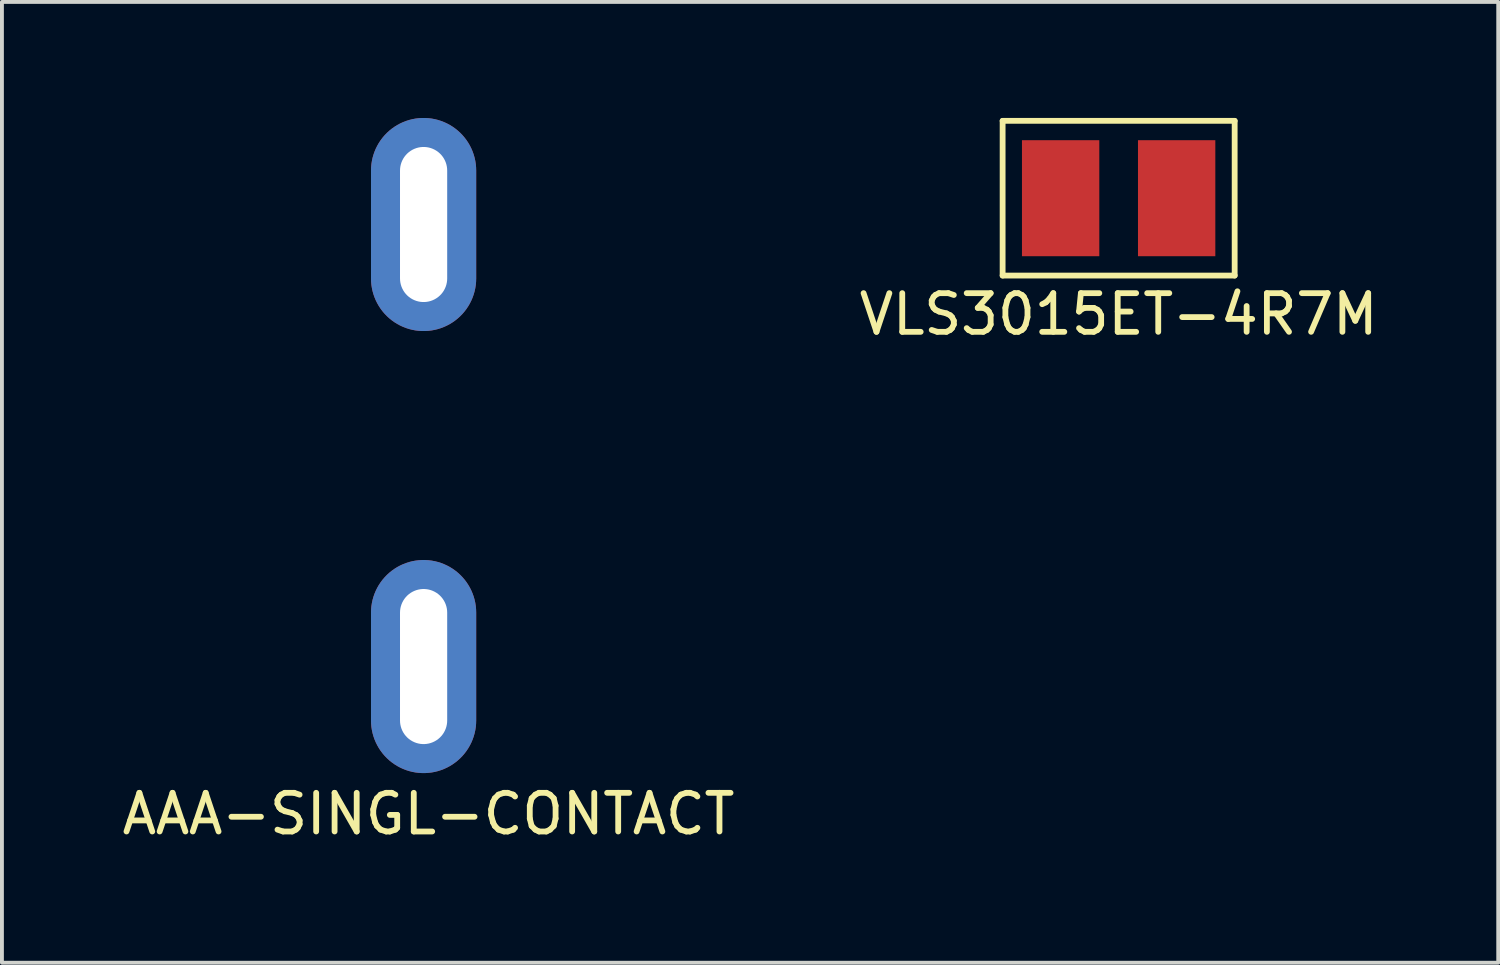
<source format=kicad_pcb>
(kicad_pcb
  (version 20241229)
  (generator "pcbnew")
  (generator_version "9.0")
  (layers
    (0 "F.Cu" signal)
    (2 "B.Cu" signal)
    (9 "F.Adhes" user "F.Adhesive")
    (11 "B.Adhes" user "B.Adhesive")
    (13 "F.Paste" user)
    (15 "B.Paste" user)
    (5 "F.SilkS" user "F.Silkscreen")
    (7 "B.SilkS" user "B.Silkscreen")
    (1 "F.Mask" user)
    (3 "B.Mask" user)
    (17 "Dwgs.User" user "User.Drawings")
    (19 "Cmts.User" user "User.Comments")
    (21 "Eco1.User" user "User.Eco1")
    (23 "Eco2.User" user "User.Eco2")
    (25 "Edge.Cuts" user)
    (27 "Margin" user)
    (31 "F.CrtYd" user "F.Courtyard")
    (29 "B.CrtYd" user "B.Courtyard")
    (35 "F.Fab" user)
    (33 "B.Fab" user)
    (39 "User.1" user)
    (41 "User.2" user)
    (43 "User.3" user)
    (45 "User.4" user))
  (footprint "AAA-SINGL-CONTACT"
    (layer "F.Cu")
    (at 7.903 8.47)
    (property "Reference" "AAA-SINGL-CONTACT" (at 0.127 9.525 0) (layer "F.SilkS") (effects (font (size 1 1) (thickness 0.15))))
    (attr through_hole)
    (pad "1" thru_hole oval (at 0 5.715) (size 2.72 5.51) (drill oval 1.22 4.01) (layers "*.Cu" "F.Mask"))
    (pad "2" thru_hole oval (at 0 -5.715) (size 2.72 5.51) (drill oval 1.22 4.01) (layers "*.Cu" "F.Mask")))
  (footprint "VLS3015ET-4R7M"
    (layer "F.Cu")
    (at 25.875 2.075)
    (property "Reference" "VLS3015ET-4R7M" (at 0 3 0) (layer "F.SilkS") (effects (font (size 1 1) (thickness 0.15))))
    (attr through_hole)
    (fp_line (start -3 -2) (end 3 -2) (stroke (width 0.15) (type solid)) (layer "F.SilkS"))
    (fp_line (start -3 2) (end -3 -2) (stroke (width 0.15) (type solid)) (layer "F.SilkS"))
    (fp_line (start 3 -2) (end 3 2) (stroke (width 0.15) (type solid)) (layer "F.SilkS"))
    (fp_line (start 3 2) (end -3 2) (stroke (width 0.15) (type solid)) (layer "F.SilkS"))
    (pad "1" smd rect (at -1.5 0) (size 2 3) (layers "F.Cu" "F.Mask" "F.Paste"))
    (pad "2" smd rect (at 1.5 0) (size 2 3) (layers "F.Cu" "F.Mask" "F.Paste")))
  (gr_rect
    (start -3 -3)
    (end 35.69 21.843)
    (stroke (width 0.1) (type default))
    (fill no)
    (layer "Edge.Cuts")))
</source>
